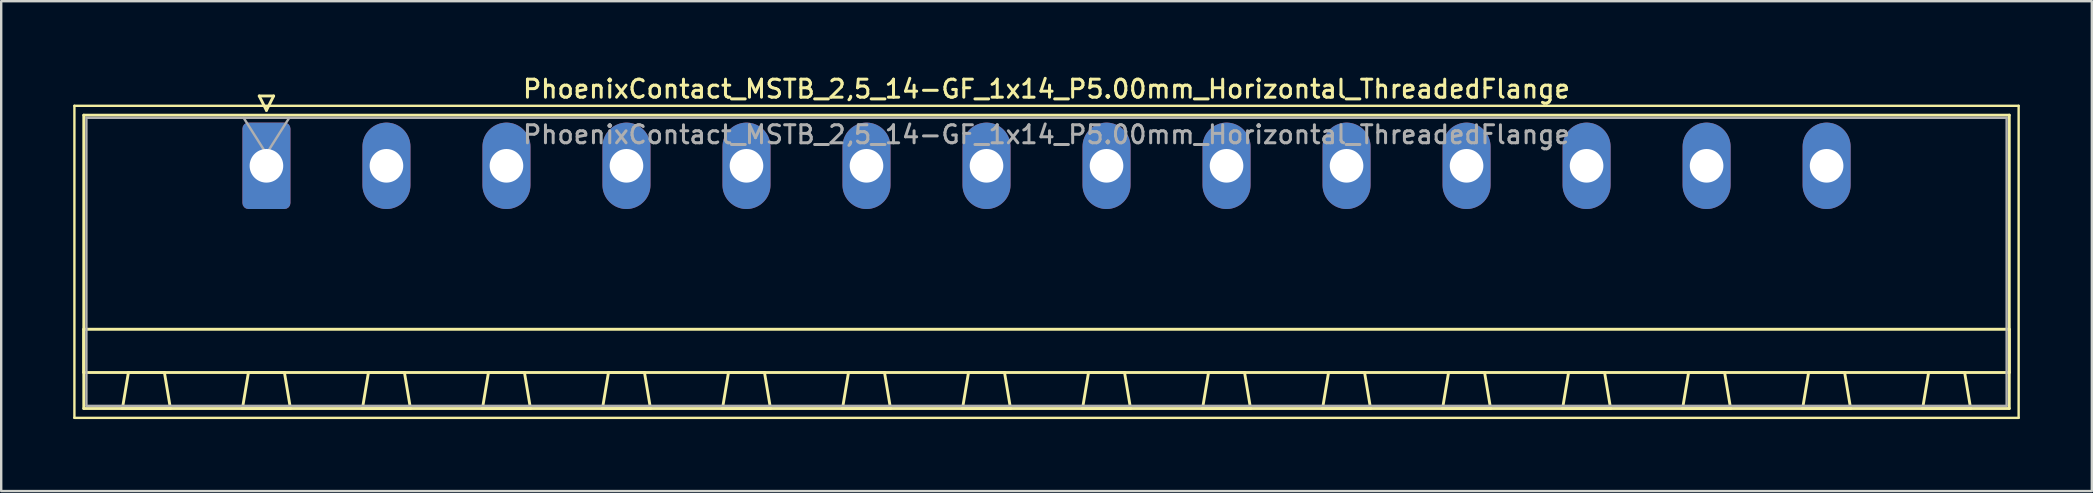
<source format=kicad_pcb>
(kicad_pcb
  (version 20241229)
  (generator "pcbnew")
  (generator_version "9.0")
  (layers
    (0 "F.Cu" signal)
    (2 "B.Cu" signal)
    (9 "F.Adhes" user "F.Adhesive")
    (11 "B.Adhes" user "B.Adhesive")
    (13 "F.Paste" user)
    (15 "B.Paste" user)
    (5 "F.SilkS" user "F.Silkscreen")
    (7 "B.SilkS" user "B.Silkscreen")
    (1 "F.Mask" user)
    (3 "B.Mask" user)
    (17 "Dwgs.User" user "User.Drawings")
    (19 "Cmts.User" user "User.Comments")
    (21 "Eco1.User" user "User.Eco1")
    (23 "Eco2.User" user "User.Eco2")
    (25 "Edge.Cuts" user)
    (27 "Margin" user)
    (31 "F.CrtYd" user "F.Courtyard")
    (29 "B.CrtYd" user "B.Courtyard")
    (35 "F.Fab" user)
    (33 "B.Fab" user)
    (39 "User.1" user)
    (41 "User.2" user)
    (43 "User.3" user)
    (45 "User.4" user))
  (footprint "PhoenixContact_MSTB_2,5_14-GF_1x14_P5.00mm_Horizontal_ThreadedFlange"
    (layer "F.Cu")
    (at 8.05 3.858)
    (property "Reference" "PhoenixContact_MSTB_2,5_14-GF_1x14_P5.00mm_Horizontal_ThreadedFlange" (at 32.5 -3.2 0) (layer "F.SilkS") (effects (font (size 0.75 0.75) (thickness 0.125))))
    (attr through_hole)
    (fp_line (start -8 -2.5) (end -8 10.5) (stroke (width 0.1) (type solid)) (layer "F.SilkS"))
    (fp_line (start -8 10.5) (end 73 10.5) (stroke (width 0.1) (type solid)) (layer "F.SilkS"))
    (fp_line (start -7.61 -2.11) (end -7.61 10.11) (stroke (width 0.12) (type solid)) (layer "F.SilkS"))
    (fp_line (start -7.61 6.81) (end 72.61 6.81) (stroke (width 0.12) (type solid)) (layer "F.SilkS"))
    (fp_line (start -7.61 8.61) (end -7.61 6.81) (stroke (width 0.12) (type solid)) (layer "F.SilkS"))
    (fp_line (start -7.61 10.11) (end 72.61 10.11) (stroke (width 0.12) (type solid)) (layer "F.SilkS"))
    (fp_line (start -6 10.11) (end -4 10.11) (stroke (width 0.12) (type solid)) (layer "F.SilkS"))
    (fp_line (start -5.75 8.61) (end -6 10.11) (stroke (width 0.12) (type solid)) (layer "F.SilkS"))
    (fp_line (start -4.25 8.61) (end -5.75 8.61) (stroke (width 0.12) (type solid)) (layer "F.SilkS"))
    (fp_line (start -4 10.11) (end -4.25 8.61) (stroke (width 0.12) (type solid)) (layer "F.SilkS"))
    (fp_line (start -1 10.11) (end 1 10.11) (stroke (width 0.12) (type solid)) (layer "F.SilkS"))
    (fp_line (start -0.75 8.61) (end -1 10.11) (stroke (width 0.12) (type solid)) (layer "F.SilkS"))
    (fp_line (start -0.3 -2.91) (end 0.3 -2.91) (stroke (width 0.12) (type solid)) (layer "F.SilkS"))
    (fp_line (start 0 -2.31) (end -0.3 -2.91) (stroke (width 0.12) (type solid)) (layer "F.SilkS"))
    (fp_line (start 0.3 -2.91) (end 0 -2.31) (stroke (width 0.12) (type solid)) (layer "F.SilkS"))
    (fp_line (start 0.75 8.61) (end -0.75 8.61) (stroke (width 0.12) (type solid)) (layer "F.SilkS"))
    (fp_line (start 1 10.11) (end 0.75 8.61) (stroke (width 0.12) (type solid)) (layer "F.SilkS"))
    (fp_line (start 4 10.11) (end 6 10.11) (stroke (width 0.12) (type solid)) (layer "F.SilkS"))
    (fp_line (start 4.25 8.61) (end 4 10.11) (stroke (width 0.12) (type solid)) (layer "F.SilkS"))
    (fp_line (start 5.75 8.61) (end 4.25 8.61) (stroke (width 0.12) (type solid)) (layer "F.SilkS"))
    (fp_line (start 6 10.11) (end 5.75 8.61) (stroke (width 0.12) (type solid)) (layer "F.SilkS"))
    (fp_line (start 9 10.11) (end 11 10.11) (stroke (width 0.12) (type solid)) (layer "F.SilkS"))
    (fp_line (start 9.25 8.61) (end 9 10.11) (stroke (width 0.12) (type solid)) (layer "F.SilkS"))
    (fp_line (start 10.75 8.61) (end 9.25 8.61) (stroke (width 0.12) (type solid)) (layer "F.SilkS"))
    (fp_line (start 11 10.11) (end 10.75 8.61) (stroke (width 0.12) (type solid)) (layer "F.SilkS"))
    (fp_line (start 14 10.11) (end 16 10.11) (stroke (width 0.12) (type solid)) (layer "F.SilkS"))
    (fp_line (start 14.25 8.61) (end 14 10.11) (stroke (width 0.12) (type solid)) (layer "F.SilkS"))
    (fp_line (start 15.75 8.61) (end 14.25 8.61) (stroke (width 0.12) (type solid)) (layer "F.SilkS"))
    (fp_line (start 16 10.11) (end 15.75 8.61) (stroke (width 0.12) (type solid)) (layer "F.SilkS"))
    (fp_line (start 19 10.11) (end 21 10.11) (stroke (width 0.12) (type solid)) (layer "F.SilkS"))
    (fp_line (start 19.25 8.61) (end 19 10.11) (stroke (width 0.12) (type solid)) (layer "F.SilkS"))
    (fp_line (start 20.75 8.61) (end 19.25 8.61) (stroke (width 0.12) (type solid)) (layer "F.SilkS"))
    (fp_line (start 21 10.11) (end 20.75 8.61) (stroke (width 0.12) (type solid)) (layer "F.SilkS"))
    (fp_line (start 24 10.11) (end 26 10.11) (stroke (width 0.12) (type solid)) (layer "F.SilkS"))
    (fp_line (start 24.25 8.61) (end 24 10.11) (stroke (width 0.12) (type solid)) (layer "F.SilkS"))
    (fp_line (start 25.75 8.61) (end 24.25 8.61) (stroke (width 0.12) (type solid)) (layer "F.SilkS"))
    (fp_line (start 26 10.11) (end 25.75 8.61) (stroke (width 0.12) (type solid)) (layer "F.SilkS"))
    (fp_line (start 29 10.11) (end 31 10.11) (stroke (width 0.12) (type solid)) (layer "F.SilkS"))
    (fp_line (start 29.25 8.61) (end 29 10.11) (stroke (width 0.12) (type solid)) (layer "F.SilkS"))
    (fp_line (start 30.75 8.61) (end 29.25 8.61) (stroke (width 0.12) (type solid)) (layer "F.SilkS"))
    (fp_line (start 31 10.11) (end 30.75 8.61) (stroke (width 0.12) (type solid)) (layer "F.SilkS"))
    (fp_line (start 34 10.11) (end 36 10.11) (stroke (width 0.12) (type solid)) (layer "F.SilkS"))
    (fp_line (start 34.25 8.61) (end 34 10.11) (stroke (width 0.12) (type solid)) (layer "F.SilkS"))
    (fp_line (start 35.75 8.61) (end 34.25 8.61) (stroke (width 0.12) (type solid)) (layer "F.SilkS"))
    (fp_line (start 36 10.11) (end 35.75 8.61) (stroke (width 0.12) (type solid)) (layer "F.SilkS"))
    (fp_line (start 39 10.11) (end 41 10.11) (stroke (width 0.12) (type solid)) (layer "F.SilkS"))
    (fp_line (start 39.25 8.61) (end 39 10.11) (stroke (width 0.12) (type solid)) (layer "F.SilkS"))
    (fp_line (start 40.75 8.61) (end 39.25 8.61) (stroke (width 0.12) (type solid)) (layer "F.SilkS"))
    (fp_line (start 41 10.11) (end 40.75 8.61) (stroke (width 0.12) (type solid)) (layer "F.SilkS"))
    (fp_line (start 44 10.11) (end 46 10.11) (stroke (width 0.12) (type solid)) (layer "F.SilkS"))
    (fp_line (start 44.25 8.61) (end 44 10.11) (stroke (width 0.12) (type solid)) (layer "F.SilkS"))
    (fp_line (start 45.75 8.61) (end 44.25 8.61) (stroke (width 0.12) (type solid)) (layer "F.SilkS"))
    (fp_line (start 46 10.11) (end 45.75 8.61) (stroke (width 0.12) (type solid)) (layer "F.SilkS"))
    (fp_line (start 49 10.11) (end 51 10.11) (stroke (width 0.12) (type solid)) (layer "F.SilkS"))
    (fp_line (start 49.25 8.61) (end 49 10.11) (stroke (width 0.12) (type solid)) (layer "F.SilkS"))
    (fp_line (start 50.75 8.61) (end 49.25 8.61) (stroke (width 0.12) (type solid)) (layer "F.SilkS"))
    (fp_line (start 51 10.11) (end 50.75 8.61) (stroke (width 0.12) (type solid)) (layer "F.SilkS"))
    (fp_line (start 54 10.11) (end 56 10.11) (stroke (width 0.12) (type solid)) (layer "F.SilkS"))
    (fp_line (start 54.25 8.61) (end 54 10.11) (stroke (width 0.12) (type solid)) (layer "F.SilkS"))
    (fp_line (start 55.75 8.61) (end 54.25 8.61) (stroke (width 0.12) (type solid)) (layer "F.SilkS"))
    (fp_line (start 56 10.11) (end 55.75 8.61) (stroke (width 0.12) (type solid)) (layer "F.SilkS"))
    (fp_line (start 59 10.11) (end 61 10.11) (stroke (width 0.12) (type solid)) (layer "F.SilkS"))
    (fp_line (start 59.25 8.61) (end 59 10.11) (stroke (width 0.12) (type solid)) (layer "F.SilkS"))
    (fp_line (start 60.75 8.61) (end 59.25 8.61) (stroke (width 0.12) (type solid)) (layer "F.SilkS"))
    (fp_line (start 61 10.11) (end 60.75 8.61) (stroke (width 0.12) (type solid)) (layer "F.SilkS"))
    (fp_line (start 64 10.11) (end 66 10.11) (stroke (width 0.12) (type solid)) (layer "F.SilkS"))
    (fp_line (start 64.25 8.61) (end 64 10.11) (stroke (width 0.12) (type solid)) (layer "F.SilkS"))
    (fp_line (start 65.75 8.61) (end 64.25 8.61) (stroke (width 0.12) (type solid)) (layer "F.SilkS"))
    (fp_line (start 66 10.11) (end 65.75 8.61) (stroke (width 0.12) (type solid)) (layer "F.SilkS"))
    (fp_line (start 69 10.11) (end 71 10.11) (stroke (width 0.12) (type solid)) (layer "F.SilkS"))
    (fp_line (start 69.25 8.61) (end 69 10.11) (stroke (width 0.12) (type solid)) (layer "F.SilkS"))
    (fp_line (start 70.75 8.61) (end 69.25 8.61) (stroke (width 0.12) (type solid)) (layer "F.SilkS"))
    (fp_line (start 71 10.11) (end 70.75 8.61) (stroke (width 0.12) (type solid)) (layer "F.SilkS"))
    (fp_line (start 72.61 -2.11) (end -7.61 -2.11) (stroke (width 0.12) (type solid)) (layer "F.SilkS"))
    (fp_line (start 72.61 6.81) (end 72.61 8.61) (stroke (width 0.12) (type solid)) (layer "F.SilkS"))
    (fp_line (start 72.61 8.61) (end -7.61 8.61) (stroke (width 0.12) (type solid)) (layer "F.SilkS"))
    (fp_line (start 72.61 10.11) (end 72.61 -2.11) (stroke (width 0.12) (type solid)) (layer "F.SilkS"))
    (fp_line (start 73 -2.5) (end -8 -2.5) (stroke (width 0.1) (type solid)) (layer "F.SilkS"))
    (fp_line (start 73 10.5) (end 73 -2.5) (stroke (width 0.1) (type solid)) (layer "F.SilkS"))
    (fp_line (start -7.5 -2) (end -7.5 10) (stroke (width 0.1) (type solid)) (layer "F.Fab"))
    (fp_line (start -7.5 10) (end 72.5 10) (stroke (width 0.1) (type solid)) (layer "F.Fab"))
    (fp_line (start 0 -0.5) (end -0.95 -2) (stroke (width 0.1) (type solid)) (layer "F.Fab"))
    (fp_line (start 0.95 -2) (end 0 -0.5) (stroke (width 0.1) (type solid)) (layer "F.Fab"))
    (fp_line (start 72.5 -2) (end -7.5 -2) (stroke (width 0.1) (type solid)) (layer "F.Fab"))
    (fp_line (start 72.5 10) (end 72.5 -2) (stroke (width 0.1) (type solid)) (layer "F.Fab"))
    (fp_text user "${REFERENCE}" (at 32.5 -1.3 0) (layer "F.Fab") (effects (font (size 0.75 0.75) (thickness 0.125))))
    (pad "1" thru_hole roundrect (at 0 0) (size 2 3.6) (drill 1.4) (layers "*.Cu" "*.Mask") (roundrect_rratio 0.125))
    (pad "2" thru_hole oval (at 5 0) (size 2 3.6) (drill 1.4) (layers "*.Cu" "*.Mask"))
    (pad "3" thru_hole oval (at 10 0) (size 2 3.6) (drill 1.4) (layers "*.Cu" "*.Mask"))
    (pad "4" thru_hole oval (at 15 0) (size 2 3.6) (drill 1.4) (layers "*.Cu" "*.Mask"))
    (pad "5" thru_hole oval (at 20 0) (size 2 3.6) (drill 1.4) (layers "*.Cu" "*.Mask"))
    (pad "6" thru_hole oval (at 25 0) (size 2 3.6) (drill 1.4) (layers "*.Cu" "*.Mask"))
    (pad "7" thru_hole oval (at 30 0) (size 2 3.6) (drill 1.4) (layers "*.Cu" "*.Mask"))
    (pad "8" thru_hole oval (at 35 0) (size 2 3.6) (drill 1.4) (layers "*.Cu" "*.Mask"))
    (pad "9" thru_hole oval (at 40 0) (size 2 3.6) (drill 1.4) (layers "*.Cu" "*.Mask"))
    (pad "10" thru_hole oval (at 45 0) (size 2 3.6) (drill 1.4) (layers "*.Cu" "*.Mask"))
    (pad "11" thru_hole oval (at 50 0) (size 2 3.6) (drill 1.4) (layers "*.Cu" "*.Mask"))
    (pad "12" thru_hole oval (at 55 0) (size 2 3.6) (drill 1.4) (layers "*.Cu" "*.Mask"))
    (pad "13" thru_hole oval (at 60 0) (size 2 3.6) (drill 1.4) (layers "*.Cu" "*.Mask"))
    (pad "14" thru_hole oval (at 65 0) (size 2 3.6) (drill 1.4) (layers "*.Cu" "*.Mask")))
  (gr_rect
    (start -3 -3)
    (end 84.1 17.408)
    (stroke (width 0.1) (type default))
    (fill no)
    (layer "Edge.Cuts")))
</source>
